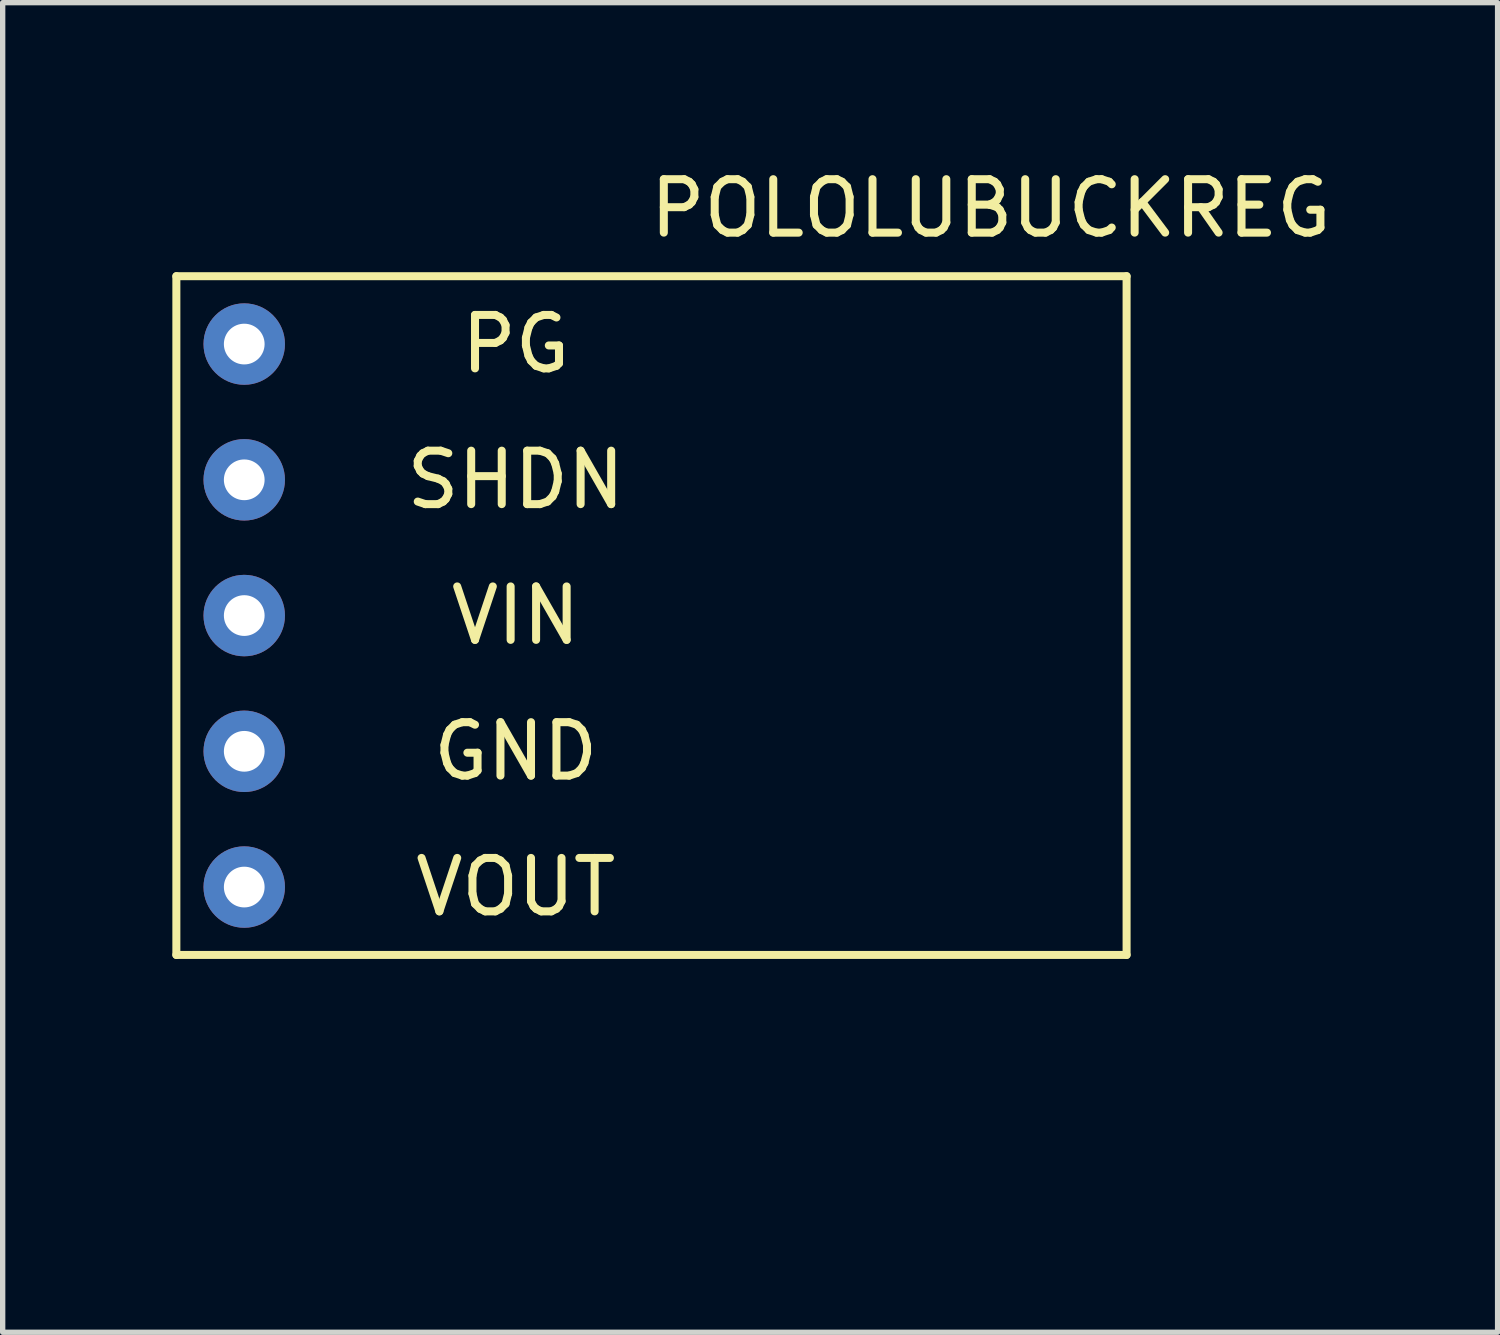
<source format=kicad_pcb>
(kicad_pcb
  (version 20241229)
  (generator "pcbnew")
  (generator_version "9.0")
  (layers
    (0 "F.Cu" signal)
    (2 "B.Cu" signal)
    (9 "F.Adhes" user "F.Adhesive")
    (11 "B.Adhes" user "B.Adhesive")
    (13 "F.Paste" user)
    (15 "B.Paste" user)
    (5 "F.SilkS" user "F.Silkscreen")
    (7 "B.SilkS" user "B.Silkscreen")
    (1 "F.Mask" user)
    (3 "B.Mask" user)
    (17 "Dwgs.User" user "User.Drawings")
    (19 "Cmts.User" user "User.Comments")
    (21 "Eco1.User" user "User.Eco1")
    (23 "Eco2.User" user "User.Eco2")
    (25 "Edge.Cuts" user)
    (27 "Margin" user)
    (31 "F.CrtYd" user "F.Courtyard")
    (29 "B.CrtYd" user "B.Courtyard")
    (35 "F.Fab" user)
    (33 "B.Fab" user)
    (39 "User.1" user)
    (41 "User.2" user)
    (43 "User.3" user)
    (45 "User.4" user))
  (footprint "POLOLUBUCKREG"
    (layer "F.Cu")
    (at 0.25 18.628)
    (property "Reference" "POLOLUBUCKREG" (at 15.24 -17.78 0) (layer "F.SilkS") (effects (font (size 1 1) (thickness 0.15))))
    (attr through_hole)
    (fp_line (start 0 -16.51) (end 17.78 -16.51) (stroke (width 0.15) (type solid)) (layer "F.SilkS"))
    (fp_line (start 0 -3.81) (end 0 -16.51) (stroke (width 0.15) (type solid)) (layer "F.SilkS"))
    (fp_line (start 17.78 -16.51) (end 17.78 -3.81) (stroke (width 0.15) (type solid)) (layer "F.SilkS"))
    (fp_line (start 17.78 -3.81) (end 0 -3.81) (stroke (width 0.15) (type solid)) (layer "F.SilkS"))
    (fp_text user "GND" (at 6.35 -7.62 0) (layer "F.SilkS") (effects (font (size 1 1) (thickness 0.15))))
    (fp_text user "VIN" (at 6.35 -10.16 0) (layer "F.SilkS") (effects (font (size 1 1) (thickness 0.15))))
    (fp_text user "PG" (at 6.35 -15.24 0) (layer "F.SilkS") (effects (font (size 1 1) (thickness 0.15))))
    (fp_text user "SHDN" (at 6.35 -12.7 0) (layer "F.SilkS") (effects (font (size 1 1) (thickness 0.15))))
    (fp_text user "VOUT" (at 6.35 -5.08 0) (layer "F.SilkS") (effects (font (size 1 1) (thickness 0.15))))
    (pad "1" thru_hole circle (at 1.27 -15.24) (size 1.524 1.524) (drill 0.762) (layers "*.Cu" "*.Mask"))
    (pad "2" thru_hole circle (at 1.27 -12.7) (size 1.524 1.524) (drill 0.762) (layers "*.Cu" "*.Mask"))
    (pad "3" thru_hole circle (at 1.27 -10.16) (size 1.524 1.524) (drill 0.762) (layers "*.Cu" "*.Mask"))
    (pad "4" thru_hole circle (at 1.27 -7.62) (size 1.524 1.524) (drill 0.762) (layers "*.Cu" "*.Mask"))
    (pad "5" thru_hole circle (at 1.27 -5.08) (size 1.524 1.524) (drill 0.762) (layers "*.Cu" "*.Mask")))
  (gr_rect
    (start -3 -3)
    (end 24.972 21.878)
    (stroke (width 0.1) (type default))
    (fill no)
    (layer "Edge.Cuts")))
</source>
